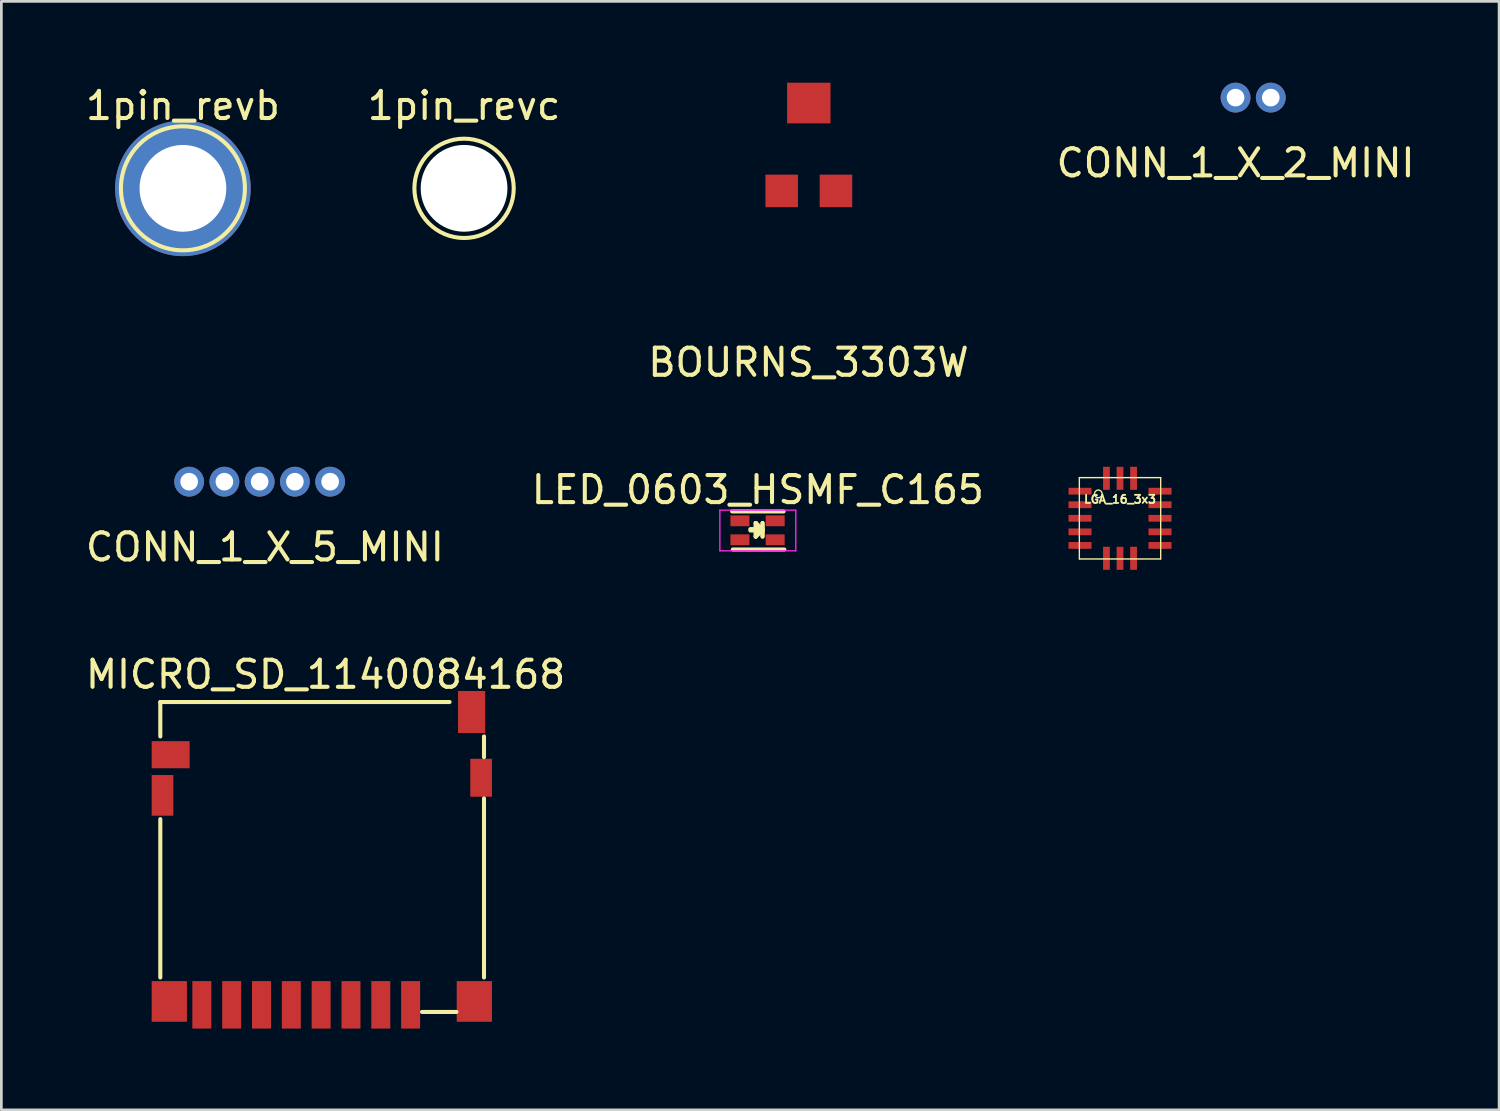
<source format=kicad_pcb>
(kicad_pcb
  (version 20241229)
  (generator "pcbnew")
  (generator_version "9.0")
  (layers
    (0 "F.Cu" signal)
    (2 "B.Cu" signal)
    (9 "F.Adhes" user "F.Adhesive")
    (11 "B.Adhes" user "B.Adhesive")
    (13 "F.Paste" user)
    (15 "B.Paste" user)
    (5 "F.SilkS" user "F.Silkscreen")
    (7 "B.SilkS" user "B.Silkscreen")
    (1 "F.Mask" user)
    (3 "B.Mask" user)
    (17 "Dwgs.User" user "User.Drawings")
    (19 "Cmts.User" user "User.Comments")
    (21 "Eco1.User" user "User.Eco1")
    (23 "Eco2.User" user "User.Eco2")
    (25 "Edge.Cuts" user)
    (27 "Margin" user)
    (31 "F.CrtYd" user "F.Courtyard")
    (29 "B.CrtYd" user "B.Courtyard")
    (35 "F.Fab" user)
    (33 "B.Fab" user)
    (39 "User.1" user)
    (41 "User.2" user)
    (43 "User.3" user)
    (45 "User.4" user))
  (footprint "MICRO_SD_1140084168"
    (layer "F.Cu")
    (at 8.958 28.429)
    (property "Reference" "MICRO_SD_1140084168" (at 0 -6.604 0) (layer "F.SilkS") (effects (font (size 1 1) (thickness 0.15))))
    (attr through_hole)
    (fp_line (start -6.096 -5.588) (end -6.096 -4.318) (stroke (width 0.15) (type solid)) (layer "F.SilkS"))
    (fp_line (start -6.096 -1.27) (end -6.096 4.572) (stroke (width 0.15) (type solid)) (layer "F.SilkS"))
    (fp_line (start 4.572 -5.588) (end -6.096 -5.588) (stroke (width 0.15) (type solid)) (layer "F.SilkS"))
    (fp_line (start 4.826 5.842) (end 3.556 5.842) (stroke (width 0.15) (type solid)) (layer "F.SilkS"))
    (fp_line (start 5.842 -4.318) (end 5.842 -3.556) (stroke (width 0.15) (type solid)) (layer "F.SilkS"))
    (fp_line (start 5.842 -2.032) (end 5.842 4.572) (stroke (width 0.15) (type solid)) (layer "F.SilkS"))
    (pad "" smd rect (at -6.014 -2.145) (size 0.8 1.5) (layers "F.Cu" "F.Mask" "F.Paste"))
    (pad "" smd rect (at -5.764 5.455) (size 1.3 1.5) (layers "F.Cu" "F.Mask" "F.Paste"))
    (pad "" smd rect (at -5.714 -3.645) (size 1.4 1) (layers "F.Cu" "F.Mask" "F.Paste"))
    (pad "" smd rect (at 5.386 -5.22) (size 1 1.55) (layers "F.Cu" "F.Mask" "F.Paste"))
    (pad "" smd rect (at 5.486 5.455) (size 1.3 1.5) (layers "F.Cu" "F.Mask" "F.Paste"))
    (pad "" smd rect (at 5.736 -2.795) (size 0.8 1.4) (layers "F.Cu" "F.Mask" "F.Paste"))
    (pad "1" smd rect (at 3.136 5.58) (size 0.7 1.75) (layers "F.Cu" "F.Mask" "F.Paste"))
    (pad "2" smd rect (at 2.036 5.58) (size 0.7 1.75) (layers "F.Cu" "F.Mask" "F.Paste"))
    (pad "3" smd rect (at 0.936 5.58) (size 0.7 1.75) (layers "F.Cu" "F.Mask" "F.Paste"))
    (pad "4" smd rect (at -0.164 5.58) (size 0.7 1.75) (layers "F.Cu" "F.Mask" "F.Paste"))
    (pad "5" smd rect (at -1.264 5.58) (size 0.7 1.75) (layers "F.Cu" "F.Mask" "F.Paste"))
    (pad "6" smd rect (at -2.364 5.58) (size 0.7 1.75) (layers "F.Cu" "F.Mask" "F.Paste"))
    (pad "7" smd rect (at -3.464 5.58) (size 0.7 1.75) (layers "F.Cu" "F.Mask" "F.Paste"))
    (pad "8" smd rect (at -4.564 5.58) (size 0.7 1.75) (layers "F.Cu" "F.Mask" "F.Paste")))
  (footprint "BOURNS_3303W"
    (layer "F.Cu")
    (at 26.768 2.545)
    (property "Reference" "BOURNS_3303W" (at 0 7.772 0) (layer "F.SilkS") (effects (font (size 1 1) (thickness 0.15))))
    (attr through_hole)
    (pad "1" smd rect (at -0.988 1.445) (size 1.2 1.2) (layers "F.Cu" "F.Mask" "F.Paste"))
    (pad "2" smd rect (at 0.012 -1.795) (size 1.6 1.5) (layers "F.Cu" "F.Mask" "F.Paste"))
    (pad "3" smd rect (at 1.012 1.445) (size 1.2 1.2) (layers "F.Cu" "F.Mask" "F.Paste")))
  (footprint "CONN_1_X_2_MINI"
    (layer "F.Cu")
    (at 42.518 0.55)
    (property "Reference" "CONN_1_X_2_MINI" (at 0 2.413 0) (layer "F.SilkS") (effects (font (size 1 1) (thickness 0.15))))
    (attr through_hole)
    (pad "1" thru_hole circle (at 0 0) (size 1.1 1.1) (drill 0.65) (layers "*.Cu" "*.Mask"))
    (pad "2" thru_hole circle (at 1.3 0) (size 1.1 1.1) (drill 0.65) (layers "*.Cu" "*.Mask")))
  (footprint "LED_0603_HSMF_C165"
    (layer "F.Cu")
    (at 24.899 16.514)
    (property "Reference" "LED_0603_HSMF_C165" (at 0 -1.5 0) (layer "F.SilkS") (effects (font (size 1 1) (thickness 0.15))))
    (attr smd)
    (fp_line (start -0.948 -0.702) (end 0.952 -0.702) (stroke (width 0.15) (type solid)) (layer "F.SilkS"))
    (fp_line (start -0.922 0.702) (end 0.978 0.702) (stroke (width 0.15) (type solid)) (layer "F.SilkS"))
    (fp_line (start -0.076 -0.275) (end -0.076 0.225) (stroke (width 0.15) (type solid)) (layer "F.SilkS"))
    (fp_line (start -0.076 -0.275) (end -0.076 0.225) (stroke (width 0.15) (type solid)) (layer "F.SilkS"))
    (fp_line (start -0.076 0.225) (end 0.174 -0.025) (stroke (width 0.15) (type solid)) (layer "F.SilkS"))
    (fp_line (start -0.076 0.225) (end 0.174 -0.025) (stroke (width 0.15) (type solid)) (layer "F.SilkS"))
    (fp_line (start 0.174 -0.275) (end 0.174 0.225) (stroke (width 0.15) (type solid)) (layer "F.SilkS"))
    (fp_line (start 0.174 -0.275) (end 0.174 0.225) (stroke (width 0.15) (type solid)) (layer "F.SilkS"))
    (fp_line (start 0.174 -0.025) (end -0.076 -0.275) (stroke (width 0.15) (type solid)) (layer "F.SilkS"))
    (fp_line (start 0.174 -0.025) (end -0.076 -0.275) (stroke (width 0.15) (type solid)) (layer "F.SilkS"))
    (fp_line (start 0.175 -0.051) (end -0.275 -0.051) (stroke (width 0.15) (type solid)) (layer "F.SilkS"))
    (fp_line (start 0.175 0) (end -0.275 0) (stroke (width 0.15) (type solid)) (layer "F.SilkS"))
    (fp_line (start -1.4 -0.75) (end 1.4 -0.75) (stroke (width 0.05) (type solid)) (layer "F.CrtYd"))
    (fp_line (start -1.4 0.75) (end -1.4 -0.75) (stroke (width 0.05) (type solid)) (layer "F.CrtYd"))
    (fp_line (start 1.4 -0.75) (end 1.4 0.75) (stroke (width 0.05) (type solid)) (layer "F.CrtYd"))
    (fp_line (start 1.4 0.75) (end -1.4 0.75) (stroke (width 0.05) (type solid)) (layer "F.CrtYd"))
    (pad "1" smd rect (at -0.66 -0.356 180) (size 0.7 0.4) (layers "F.Cu" "F.Mask" "F.Paste"))
    (pad "2" smd rect (at -0.66 0.344 180) (size 0.7 0.4) (layers "F.Cu" "F.Mask" "F.Paste"))
    (pad "3" smd rect (at 0.64 -0.356 180) (size 0.7 0.4) (layers "F.Cu" "F.Mask" "F.Paste"))
    (pad "4" smd rect (at 0.64 0.344 180) (size 0.7 0.4) (layers "F.Cu" "F.Mask" "F.Paste")))
  (footprint "1pin_revb"
    (layer "F.Cu")
    (at 3.696 3.896)
    (property "Reference" "1pin_revb" (at 0 -3.048 0) (layer "F.SilkS") (effects (font (size 1 1) (thickness 0.15))))
    (attr through_hole)
    (fp_circle (center 0 0) (end 0 -2.286) (stroke (width 0.15) (type solid)) (fill no) (layer "F.SilkS"))
    (pad "" np_thru_hole circle (at 0 0) (size 5 5) (drill 3.2) (layers "*.Cu" "*.Mask")))
  (footprint "LGA_16_3x3"
    (layer "F.Cu")
    (at 38.257 16.065)
    (property "Reference" "LGA_16_3x3" (at 0 -0.701 0) (layer "F.SilkS") (effects (font (size 0.3 0.3) (thickness 0.066))))
    (attr through_hole)
    (fp_line (start -1.5 -1.5) (end 1.5 -1.5) (stroke (width 0.05) (type solid)) (layer "F.SilkS"))
    (fp_line (start -1.5 1.5) (end -1.5 -1.5) (stroke (width 0.05) (type solid)) (layer "F.SilkS"))
    (fp_line (start 1.5 -1.5) (end 1.5 1.5) (stroke (width 0.05) (type solid)) (layer "F.SilkS"))
    (fp_line (start 1.5 1.5) (end -1.5 1.5) (stroke (width 0.05) (type solid)) (layer "F.SilkS"))
    (fp_circle (center -0.8 -0.9) (end -0.7 -0.8) (stroke (width 0.05) (type solid)) (fill no) (layer "F.SilkS"))
    (pad "1" smd rect (at -1.475 -1) (size 0.85 0.25) (layers "F.Cu" "F.Mask" "F.Paste"))
    (pad "2" smd rect (at -1.475 -0.5) (size 0.85 0.25) (layers "F.Cu" "F.Mask" "F.Paste"))
    (pad "3" smd rect (at -1.475 0) (size 0.85 0.25) (layers "F.Cu" "F.Mask" "F.Paste"))
    (pad "4" smd rect (at -1.475 0.5) (size 0.85 0.25) (layers "F.Cu" "F.Mask" "F.Paste"))
    (pad "5" smd rect (at -1.475 1) (size 0.85 0.25) (layers "F.Cu" "F.Mask" "F.Paste"))
    (pad "6" smd rect (at -0.5 1.475) (size 0.25 0.85) (layers "F.Cu" "F.Mask" "F.Paste"))
    (pad "7" smd rect (at 0 1.475) (size 0.25 0.85) (layers "F.Cu" "F.Mask" "F.Paste"))
    (pad "8" smd rect (at 0.5 1.475) (size 0.25 0.85) (layers "F.Cu" "F.Mask" "F.Paste"))
    (pad "9" smd rect (at 1.475 1) (size 0.85 0.25) (layers "F.Cu" "F.Mask" "F.Paste"))
    (pad "10" smd rect (at 1.475 0.5) (size 0.85 0.25) (layers "F.Cu" "F.Mask" "F.Paste"))
    (pad "11" smd rect (at 1.475 0) (size 0.85 0.25) (layers "F.Cu" "F.Mask" "F.Paste"))
    (pad "12" smd rect (at 1.475 -0.5) (size 0.85 0.25) (layers "F.Cu" "F.Mask" "F.Paste"))
    (pad "13" smd rect (at 1.475 -1) (size 0.85 0.25) (layers "F.Cu" "F.Mask" "F.Paste"))
    (pad "14" smd rect (at 0.5 -1.475) (size 0.25 0.85) (layers "F.Cu" "F.Mask" "F.Paste"))
    (pad "15" smd rect (at 0 -1.475) (size 0.25 0.85) (layers "F.Cu" "F.Mask" "F.Paste"))
    (pad "16" smd rect (at -0.5 -1.475) (size 0.25 0.85) (layers "F.Cu" "F.Mask" "F.Paste")))
  (footprint "CONN_1_X_5_MINI"
    (layer "F.Cu")
    (at 6.72 14.715)
    (property "Reference" "CONN_1_X_5_MINI" (at 0 2.413 0) (layer "F.SilkS") (effects (font (size 1 1) (thickness 0.15))))
    (attr through_hole)
    (pad "1" thru_hole circle (at -2.794 0) (size 1.1 1.1) (drill 0.65) (layers "*.Cu" "*.Mask"))
    (pad "2" thru_hole circle (at -1.494 0) (size 1.1 1.1) (drill 0.65) (layers "*.Cu" "*.Mask"))
    (pad "3" thru_hole circle (at -0.194 0) (size 1.1 1.1) (drill 0.65) (layers "*.Cu" "*.Mask"))
    (pad "4" thru_hole circle (at 1.106 0) (size 1.1 1.1) (drill 0.65) (layers "*.Cu" "*.Mask"))
    (pad "5" thru_hole circle (at 2.406 0) (size 1.1 1.1) (drill 0.65) (layers "*.Cu" "*.Mask")))
  (footprint "1pin_revc"
    (layer "F.Cu")
    (at 14.065 3.896)
    (property "Reference" "1pin_revc" (at 0 -3.048 0) (layer "F.SilkS") (effects (font (size 1 1) (thickness 0.15))))
    (attr through_hole)
    (fp_circle (center 0 0) (end 1.524 1.016) (stroke (width 0.15) (type solid)) (fill no) (layer "F.SilkS"))
    (pad "" np_thru_hole circle (at 0 0) (size 3.2 3.2) (drill 3.2) (layers "*.Cu" "*.Mask")))
  (gr_rect
    (start -3 -3)
    (end 52.238 37.884)
    (stroke (width 0.1) (type default))
    (fill no)
    (layer "Edge.Cuts")))
</source>
